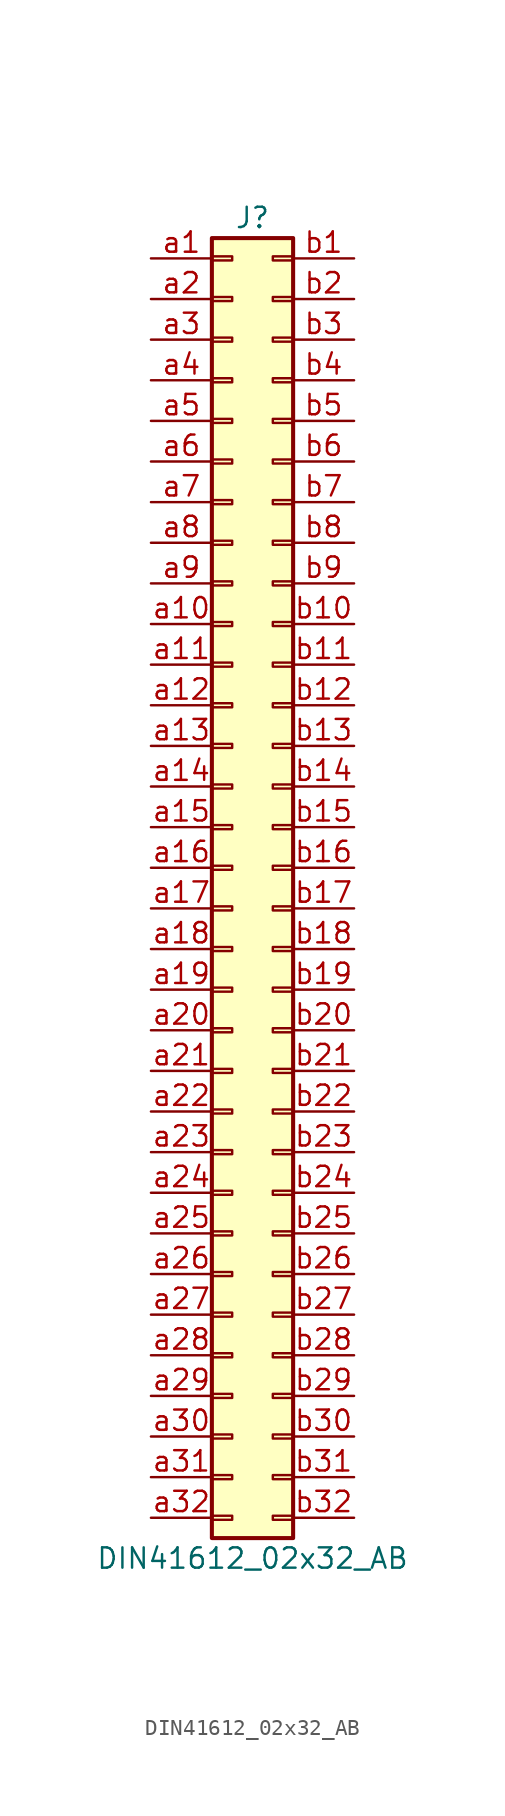
<source format=kicad_sym>
(kicad_symbol_lib
  (version 20241209)
  (generator "kicad_symbol_editor")
  (generator_version "9.0")
  (symbol "DIN41612_02x32_AB"
    (pin_names
      (offset 1.016)
      (hide yes))
    (property "Reference" "J"
      (at 1.27 40.64 0)
      (effects (font (size 1.27 1.27))))
    (property "Value" "DIN41612_02x32_AB"
      (at 1.27 -43.18 0)
      (effects (font (size 1.27 1.27))))
    (symbol "DIN41612_02x32_AB_1_1"
      (rectangle (start -1.27 39.37) (end 3.81 -41.91) (stroke (width 0.254) (type default)) (fill (type background)))
      (rectangle (start -1.27 38.227) (end 0 37.973) (stroke (width 0.152) (type default)) (fill (type none)))
      (rectangle (start -1.27 35.687) (end 0 35.433) (stroke (width 0.152) (type default)) (fill (type none)))
      (rectangle (start -1.27 33.147) (end 0 32.893) (stroke (width 0.152) (type default)) (fill (type none)))
      (rectangle (start -1.27 30.607) (end 0 30.353) (stroke (width 0.152) (type default)) (fill (type none)))
      (rectangle (start -1.27 28.067) (end 0 27.813) (stroke (width 0.152) (type default)) (fill (type none)))
      (rectangle (start -1.27 25.527) (end 0 25.273) (stroke (width 0.152) (type default)) (fill (type none)))
      (rectangle (start -1.27 22.987) (end 0 22.733) (stroke (width 0.152) (type default)) (fill (type none)))
      (rectangle (start -1.27 20.447) (end 0 20.193) (stroke (width 0.152) (type default)) (fill (type none)))
      (rectangle (start -1.27 17.907) (end 0 17.653) (stroke (width 0.152) (type default)) (fill (type none)))
      (rectangle (start -1.27 15.367) (end 0 15.113) (stroke (width 0.152) (type default)) (fill (type none)))
      (rectangle (start -1.27 12.827) (end 0 12.573) (stroke (width 0.152) (type default)) (fill (type none)))
      (rectangle (start -1.27 10.287) (end 0 10.033) (stroke (width 0.152) (type default)) (fill (type none)))
      (rectangle (start -1.27 7.747) (end 0 7.493) (stroke (width 0.152) (type default)) (fill (type none)))
      (rectangle (start -1.27 5.207) (end 0 4.953) (stroke (width 0.152) (type default)) (fill (type none)))
      (rectangle (start -1.27 2.667) (end 0 2.413) (stroke (width 0.152) (type default)) (fill (type none)))
      (rectangle (start -1.27 0.127) (end 0 -0.127) (stroke (width 0.152) (type default)) (fill (type none)))
      (rectangle (start -1.27 -2.413) (end 0 -2.667) (stroke (width 0.152) (type default)) (fill (type none)))
      (rectangle (start -1.27 -4.953) (end 0 -5.207) (stroke (width 0.152) (type default)) (fill (type none)))
      (rectangle (start -1.27 -7.493) (end 0 -7.747) (stroke (width 0.152) (type default)) (fill (type none)))
      (rectangle (start -1.27 -10.033) (end 0 -10.287) (stroke (width 0.152) (type default)) (fill (type none)))
      (rectangle (start -1.27 -12.573) (end 0 -12.827) (stroke (width 0.152) (type default)) (fill (type none)))
      (rectangle (start -1.27 -15.113) (end 0 -15.367) (stroke (width 0.152) (type default)) (fill (type none)))
      (rectangle (start -1.27 -17.653) (end 0 -17.907) (stroke (width 0.152) (type default)) (fill (type none)))
      (rectangle (start -1.27 -20.193) (end 0 -20.447) (stroke (width 0.152) (type default)) (fill (type none)))
      (rectangle (start -1.27 -22.733) (end 0 -22.987) (stroke (width 0.152) (type default)) (fill (type none)))
      (rectangle (start -1.27 -25.273) (end 0 -25.527) (stroke (width 0.152) (type default)) (fill (type none)))
      (rectangle (start -1.27 -27.813) (end 0 -28.067) (stroke (width 0.152) (type default)) (fill (type none)))
      (rectangle (start -1.27 -30.353) (end 0 -30.607) (stroke (width 0.152) (type default)) (fill (type none)))
      (rectangle (start -1.27 -32.893) (end 0 -33.147) (stroke (width 0.152) (type default)) (fill (type none)))
      (rectangle (start -1.27 -35.433) (end 0 -35.687) (stroke (width 0.152) (type default)) (fill (type none)))
      (rectangle (start -1.27 -37.973) (end 0 -38.227) (stroke (width 0.152) (type default)) (fill (type none)))
      (rectangle (start -1.27 -40.513) (end 0 -40.767) (stroke (width 0.152) (type default)) (fill (type none)))
      (rectangle (start 3.81 38.227) (end 2.54 37.973) (stroke (width 0.152) (type default)) (fill (type none)))
      (rectangle (start 3.81 35.687) (end 2.54 35.433) (stroke (width 0.152) (type default)) (fill (type none)))
      (rectangle (start 3.81 33.147) (end 2.54 32.893) (stroke (width 0.152) (type default)) (fill (type none)))
      (rectangle (start 3.81 30.607) (end 2.54 30.353) (stroke (width 0.152) (type default)) (fill (type none)))
      (rectangle (start 3.81 28.067) (end 2.54 27.813) (stroke (width 0.152) (type default)) (fill (type none)))
      (rectangle (start 3.81 25.527) (end 2.54 25.273) (stroke (width 0.152) (type default)) (fill (type none)))
      (rectangle (start 3.81 22.987) (end 2.54 22.733) (stroke (width 0.152) (type default)) (fill (type none)))
      (rectangle (start 3.81 20.447) (end 2.54 20.193) (stroke (width 0.152) (type default)) (fill (type none)))
      (rectangle (start 3.81 17.907) (end 2.54 17.653) (stroke (width 0.152) (type default)) (fill (type none)))
      (rectangle (start 3.81 15.367) (end 2.54 15.113) (stroke (width 0.152) (type default)) (fill (type none)))
      (rectangle (start 3.81 12.827) (end 2.54 12.573) (stroke (width 0.152) (type default)) (fill (type none)))
      (rectangle (start 3.81 10.287) (end 2.54 10.033) (stroke (width 0.152) (type default)) (fill (type none)))
      (rectangle (start 3.81 7.747) (end 2.54 7.493) (stroke (width 0.152) (type default)) (fill (type none)))
      (rectangle (start 3.81 5.207) (end 2.54 4.953) (stroke (width 0.152) (type default)) (fill (type none)))
      (rectangle (start 3.81 2.667) (end 2.54 2.413) (stroke (width 0.152) (type default)) (fill (type none)))
      (rectangle (start 3.81 0.127) (end 2.54 -0.127) (stroke (width 0.152) (type default)) (fill (type none)))
      (rectangle (start 3.81 -2.413) (end 2.54 -2.667) (stroke (width 0.152) (type default)) (fill (type none)))
      (rectangle (start 3.81 -4.953) (end 2.54 -5.207) (stroke (width 0.152) (type default)) (fill (type none)))
      (rectangle (start 3.81 -7.493) (end 2.54 -7.747) (stroke (width 0.152) (type default)) (fill (type none)))
      (rectangle (start 3.81 -10.033) (end 2.54 -10.287) (stroke (width 0.152) (type default)) (fill (type none)))
      (rectangle (start 3.81 -12.573) (end 2.54 -12.827) (stroke (width 0.152) (type default)) (fill (type none)))
      (rectangle (start 3.81 -15.113) (end 2.54 -15.367) (stroke (width 0.152) (type default)) (fill (type none)))
      (rectangle (start 3.81 -17.653) (end 2.54 -17.907) (stroke (width 0.152) (type default)) (fill (type none)))
      (rectangle (start 3.81 -20.193) (end 2.54 -20.447) (stroke (width 0.152) (type default)) (fill (type none)))
      (rectangle (start 3.81 -22.733) (end 2.54 -22.987) (stroke (width 0.152) (type default)) (fill (type none)))
      (rectangle (start 3.81 -25.273) (end 2.54 -25.527) (stroke (width 0.152) (type default)) (fill (type none)))
      (rectangle (start 3.81 -27.813) (end 2.54 -28.067) (stroke (width 0.152) (type default)) (fill (type none)))
      (rectangle (start 3.81 -30.353) (end 2.54 -30.607) (stroke (width 0.152) (type default)) (fill (type none)))
      (rectangle (start 3.81 -32.893) (end 2.54 -33.147) (stroke (width 0.152) (type default)) (fill (type none)))
      (rectangle (start 3.81 -35.433) (end 2.54 -35.687) (stroke (width 0.152) (type default)) (fill (type none)))
      (rectangle (start 3.81 -37.973) (end 2.54 -38.227) (stroke (width 0.152) (type default)) (fill (type none)))
      (rectangle (start 3.81 -40.513) (end 2.54 -40.767) (stroke (width 0.152) (type default)) (fill (type none)))
      (pin passive line (at -5.08 38.1 0) (length 3.81) (name "Pin_a1" (effects (font (size 1.27 1.27)))) (number "a1" (effects (font (size 1.27 1.27)))))
      (pin passive line (at -5.08 35.56 0) (length 3.81) (name "Pin_a2" (effects (font (size 1.27 1.27)))) (number "a2" (effects (font (size 1.27 1.27)))))
      (pin passive line (at -5.08 33.02 0) (length 3.81) (name "Pin_a3" (effects (font (size 1.27 1.27)))) (number "a3" (effects (font (size 1.27 1.27)))))
      (pin passive line (at -5.08 30.48 0) (length 3.81) (name "Pin_a4" (effects (font (size 1.27 1.27)))) (number "a4" (effects (font (size 1.27 1.27)))))
      (pin passive line (at -5.08 27.94 0) (length 3.81) (name "Pin_a5" (effects (font (size 1.27 1.27)))) (number "a5" (effects (font (size 1.27 1.27)))))
      (pin passive line (at -5.08 25.4 0) (length 3.81) (name "Pin_a6" (effects (font (size 1.27 1.27)))) (number "a6" (effects (font (size 1.27 1.27)))))
      (pin passive line (at -5.08 22.86 0) (length 3.81) (name "Pin_a7" (effects (font (size 1.27 1.27)))) (number "a7" (effects (font (size 1.27 1.27)))))
      (pin passive line (at -5.08 20.32 0) (length 3.81) (name "Pin_a8" (effects (font (size 1.27 1.27)))) (number "a8" (effects (font (size 1.27 1.27)))))
      (pin passive line (at -5.08 17.78 0) (length 3.81) (name "Pin_a9" (effects (font (size 1.27 1.27)))) (number "a9" (effects (font (size 1.27 1.27)))))
      (pin passive line (at -5.08 15.24 0) (length 3.81) (name "Pin_a10" (effects (font (size 1.27 1.27)))) (number "a10" (effects (font (size 1.27 1.27)))))
      (pin passive line (at -5.08 12.7 0) (length 3.81) (name "Pin_a11" (effects (font (size 1.27 1.27)))) (number "a11" (effects (font (size 1.27 1.27)))))
      (pin passive line (at -5.08 10.16 0) (length 3.81) (name "Pin_a12" (effects (font (size 1.27 1.27)))) (number "a12" (effects (font (size 1.27 1.27)))))
      (pin passive line (at -5.08 7.62 0) (length 3.81) (name "Pin_a13" (effects (font (size 1.27 1.27)))) (number "a13" (effects (font (size 1.27 1.27)))))
      (pin passive line (at -5.08 5.08 0) (length 3.81) (name "Pin_a14" (effects (font (size 1.27 1.27)))) (number "a14" (effects (font (size 1.27 1.27)))))
      (pin passive line (at -5.08 2.54 0) (length 3.81) (name "Pin_a15" (effects (font (size 1.27 1.27)))) (number "a15" (effects (font (size 1.27 1.27)))))
      (pin passive line (at -5.08 0 0) (length 3.81) (name "Pin_a16" (effects (font (size 1.27 1.27)))) (number "a16" (effects (font (size 1.27 1.27)))))
      (pin passive line (at -5.08 -2.54 0) (length 3.81) (name "Pin_a17" (effects (font (size 1.27 1.27)))) (number "a17" (effects (font (size 1.27 1.27)))))
      (pin passive line (at -5.08 -5.08 0) (length 3.81) (name "Pin_a18" (effects (font (size 1.27 1.27)))) (number "a18" (effects (font (size 1.27 1.27)))))
      (pin passive line (at -5.08 -7.62 0) (length 3.81) (name "Pin_a19" (effects (font (size 1.27 1.27)))) (number "a19" (effects (font (size 1.27 1.27)))))
      (pin passive line (at -5.08 -10.16 0) (length 3.81) (name "Pin_a20" (effects (font (size 1.27 1.27)))) (number "a20" (effects (font (size 1.27 1.27)))))
      (pin passive line (at -5.08 -12.7 0) (length 3.81) (name "Pin_a21" (effects (font (size 1.27 1.27)))) (number "a21" (effects (font (size 1.27 1.27)))))
      (pin passive line (at -5.08 -15.24 0) (length 3.81) (name "Pin_a22" (effects (font (size 1.27 1.27)))) (number "a22" (effects (font (size 1.27 1.27)))))
      (pin passive line (at -5.08 -17.78 0) (length 3.81) (name "Pin_a23" (effects (font (size 1.27 1.27)))) (number "a23" (effects (font (size 1.27 1.27)))))
      (pin passive line (at -5.08 -20.32 0) (length 3.81) (name "Pin_a24" (effects (font (size 1.27 1.27)))) (number "a24" (effects (font (size 1.27 1.27)))))
      (pin passive line (at -5.08 -22.86 0) (length 3.81) (name "Pin_a25" (effects (font (size 1.27 1.27)))) (number "a25" (effects (font (size 1.27 1.27)))))
      (pin passive line (at -5.08 -25.4 0) (length 3.81) (name "Pin_a26" (effects (font (size 1.27 1.27)))) (number "a26" (effects (font (size 1.27 1.27)))))
      (pin passive line (at -5.08 -27.94 0) (length 3.81) (name "Pin_a27" (effects (font (size 1.27 1.27)))) (number "a27" (effects (font (size 1.27 1.27)))))
      (pin passive line (at -5.08 -30.48 0) (length 3.81) (name "Pin_a28" (effects (font (size 1.27 1.27)))) (number "a28" (effects (font (size 1.27 1.27)))))
      (pin passive line (at -5.08 -33.02 0) (length 3.81) (name "Pin_a29" (effects (font (size 1.27 1.27)))) (number "a29" (effects (font (size 1.27 1.27)))))
      (pin passive line (at -5.08 -35.56 0) (length 3.81) (name "Pin_a30" (effects (font (size 1.27 1.27)))) (number "a30" (effects (font (size 1.27 1.27)))))
      (pin passive line (at -5.08 -38.1 0) (length 3.81) (name "Pin_a31" (effects (font (size 1.27 1.27)))) (number "a31" (effects (font (size 1.27 1.27)))))
      (pin passive line (at -5.08 -40.64 0) (length 3.81) (name "Pin_a32" (effects (font (size 1.27 1.27)))) (number "a32" (effects (font (size 1.27 1.27)))))
      (pin passive line (at 7.62 38.1 180) (length 3.81) (name "Pin_b1" (effects (font (size 1.27 1.27)))) (number "b1" (effects (font (size 1.27 1.27)))))
      (pin passive line (at 7.62 35.56 180) (length 3.81) (name "Pin_b2" (effects (font (size 1.27 1.27)))) (number "b2" (effects (font (size 1.27 1.27)))))
      (pin passive line (at 7.62 33.02 180) (length 3.81) (name "Pin_b3" (effects (font (size 1.27 1.27)))) (number "b3" (effects (font (size 1.27 1.27)))))
      (pin passive line (at 7.62 30.48 180) (length 3.81) (name "Pin_b4" (effects (font (size 1.27 1.27)))) (number "b4" (effects (font (size 1.27 1.27)))))
      (pin passive line (at 7.62 27.94 180) (length 3.81) (name "Pin_b5" (effects (font (size 1.27 1.27)))) (number "b5" (effects (font (size 1.27 1.27)))))
      (pin passive line (at 7.62 25.4 180) (length 3.81) (name "Pin_b6" (effects (font (size 1.27 1.27)))) (number "b6" (effects (font (size 1.27 1.27)))))
      (pin passive line (at 7.62 22.86 180) (length 3.81) (name "Pin_b7" (effects (font (size 1.27 1.27)))) (number "b7" (effects (font (size 1.27 1.27)))))
      (pin passive line (at 7.62 20.32 180) (length 3.81) (name "Pin_b8" (effects (font (size 1.27 1.27)))) (number "b8" (effects (font (size 1.27 1.27)))))
      (pin passive line (at 7.62 17.78 180) (length 3.81) (name "Pin_b9" (effects (font (size 1.27 1.27)))) (number "b9" (effects (font (size 1.27 1.27)))))
      (pin passive line (at 7.62 15.24 180) (length 3.81) (name "Pin_b10" (effects (font (size 1.27 1.27)))) (number "b10" (effects (font (size 1.27 1.27)))))
      (pin passive line (at 7.62 12.7 180) (length 3.81) (name "Pin_b11" (effects (font (size 1.27 1.27)))) (number "b11" (effects (font (size 1.27 1.27)))))
      (pin passive line (at 7.62 10.16 180) (length 3.81) (name "Pin_b12" (effects (font (size 1.27 1.27)))) (number "b12" (effects (font (size 1.27 1.27)))))
      (pin passive line (at 7.62 7.62 180) (length 3.81) (name "Pin_b13" (effects (font (size 1.27 1.27)))) (number "b13" (effects (font (size 1.27 1.27)))))
      (pin passive line (at 7.62 5.08 180) (length 3.81) (name "Pin_b14" (effects (font (size 1.27 1.27)))) (number "b14" (effects (font (size 1.27 1.27)))))
      (pin passive line (at 7.62 2.54 180) (length 3.81) (name "Pin_b15" (effects (font (size 1.27 1.27)))) (number "b15" (effects (font (size 1.27 1.27)))))
      (pin passive line (at 7.62 0 180) (length 3.81) (name "Pin_b16" (effects (font (size 1.27 1.27)))) (number "b16" (effects (font (size 1.27 1.27)))))
      (pin passive line (at 7.62 -2.54 180) (length 3.81) (name "Pin_b17" (effects (font (size 1.27 1.27)))) (number "b17" (effects (font (size 1.27 1.27)))))
      (pin passive line (at 7.62 -5.08 180) (length 3.81) (name "Pin_b18" (effects (font (size 1.27 1.27)))) (number "b18" (effects (font (size 1.27 1.27)))))
      (pin passive line (at 7.62 -7.62 180) (length 3.81) (name "Pin_b19" (effects (font (size 1.27 1.27)))) (number "b19" (effects (font (size 1.27 1.27)))))
      (pin passive line (at 7.62 -10.16 180) (length 3.81) (name "Pin_b20" (effects (font (size 1.27 1.27)))) (number "b20" (effects (font (size 1.27 1.27)))))
      (pin passive line (at 7.62 -12.7 180) (length 3.81) (name "Pin_b21" (effects (font (size 1.27 1.27)))) (number "b21" (effects (font (size 1.27 1.27)))))
      (pin passive line (at 7.62 -15.24 180) (length 3.81) (name "Pin_b22" (effects (font (size 1.27 1.27)))) (number "b22" (effects (font (size 1.27 1.27)))))
      (pin passive line (at 7.62 -17.78 180) (length 3.81) (name "Pin_b23" (effects (font (size 1.27 1.27)))) (number "b23" (effects (font (size 1.27 1.27)))))
      (pin passive line (at 7.62 -20.32 180) (length 3.81) (name "Pin_b24" (effects (font (size 1.27 1.27)))) (number "b24" (effects (font (size 1.27 1.27)))))
      (pin passive line (at 7.62 -22.86 180) (length 3.81) (name "Pin_b25" (effects (font (size 1.27 1.27)))) (number "b25" (effects (font (size 1.27 1.27)))))
      (pin passive line (at 7.62 -25.4 180) (length 3.81) (name "Pin_b26" (effects (font (size 1.27 1.27)))) (number "b26" (effects (font (size 1.27 1.27)))))
      (pin passive line (at 7.62 -27.94 180) (length 3.81) (name "Pin_b27" (effects (font (size 1.27 1.27)))) (number "b27" (effects (font (size 1.27 1.27)))))
      (pin passive line (at 7.62 -30.48 180) (length 3.81) (name "Pin_b28" (effects (font (size 1.27 1.27)))) (number "b28" (effects (font (size 1.27 1.27)))))
      (pin passive line (at 7.62 -33.02 180) (length 3.81) (name "Pin_b29" (effects (font (size 1.27 1.27)))) (number "b29" (effects (font (size 1.27 1.27)))))
      (pin passive line (at 7.62 -35.56 180) (length 3.81) (name "Pin_b30" (effects (font (size 1.27 1.27)))) (number "b30" (effects (font (size 1.27 1.27)))))
      (pin passive line (at 7.62 -38.1 180) (length 3.81) (name "Pin_b31" (effects (font (size 1.27 1.27)))) (number "b31" (effects (font (size 1.27 1.27)))))
      (pin passive line (at 7.62 -40.64 180) (length 3.81) (name "Pin_b32" (effects (font (size 1.27 1.27)))) (number "b32" (effects (font (size 1.27 1.27))))))))
</source>
